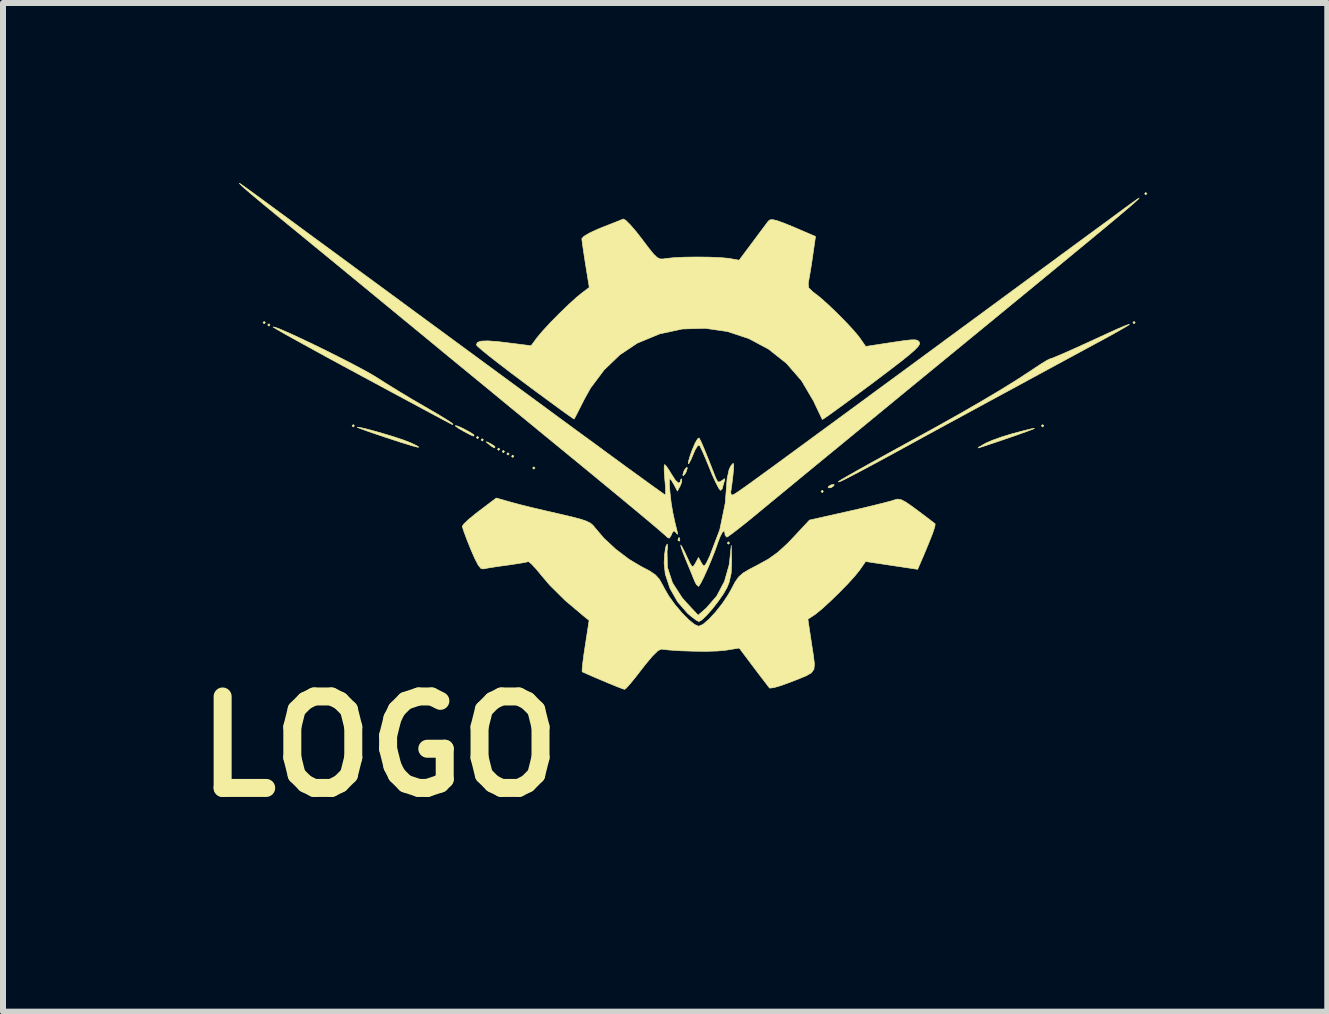
<source format=kicad_pcb>
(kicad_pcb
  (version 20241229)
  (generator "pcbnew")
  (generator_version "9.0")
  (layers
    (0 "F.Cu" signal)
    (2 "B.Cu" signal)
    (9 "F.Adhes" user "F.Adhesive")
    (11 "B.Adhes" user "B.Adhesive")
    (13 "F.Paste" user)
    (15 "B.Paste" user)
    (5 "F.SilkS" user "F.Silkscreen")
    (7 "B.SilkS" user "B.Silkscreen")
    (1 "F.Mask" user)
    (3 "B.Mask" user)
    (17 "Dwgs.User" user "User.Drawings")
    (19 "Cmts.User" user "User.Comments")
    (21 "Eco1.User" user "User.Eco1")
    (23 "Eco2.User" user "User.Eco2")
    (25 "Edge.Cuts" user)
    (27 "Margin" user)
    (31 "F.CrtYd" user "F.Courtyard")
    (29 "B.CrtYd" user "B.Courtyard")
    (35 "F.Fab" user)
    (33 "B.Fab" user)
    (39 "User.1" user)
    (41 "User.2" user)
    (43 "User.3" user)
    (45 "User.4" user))
  (footprint "LOGO"
    (layer "F.Cu")
    (at 8.523 3.792)
    (property "Reference" "LOGO" (at -5.25 5.6 0) (layer "F.SilkS") (effects (font (size 1.524 1.524) (thickness 0.3))))
    (attr smd)
    (fp_poly (pts (xy -7.151 -1.465) (xy -7.171 -1.446) (xy -7.19 -1.465) (xy -7.171 -1.485) (xy -7.151 -1.465)) (stroke (width 0.01) (type solid)) (fill yes) (layer "F.SilkS"))
    (fp_poly (pts (xy -7.073 -1.426) (xy -7.092 -1.407) (xy -7.112 -1.426) (xy -7.092 -1.446) (xy -7.073 -1.426)) (stroke (width 0.01) (type solid)) (fill yes) (layer "F.SilkS"))
    (fp_poly (pts (xy -5.666 0.254) (xy -5.686 0.274) (xy -5.705 0.254) (xy -5.686 0.234) (xy -5.666 0.254)) (stroke (width 0.01) (type solid)) (fill yes) (layer "F.SilkS"))
    (fp_poly (pts (xy -3.595 0.449) (xy -3.615 0.469) (xy -3.634 0.449) (xy -3.615 0.43) (xy -3.595 0.449)) (stroke (width 0.01) (type solid)) (fill yes) (layer "F.SilkS"))
    (fp_poly (pts (xy -3.517 0.488) (xy -3.536 0.508) (xy -3.556 0.488) (xy -3.536 0.469) (xy -3.517 0.488)) (stroke (width 0.01) (type solid)) (fill yes) (layer "F.SilkS"))
    (fp_poly (pts (xy -3.243 0.645) (xy -3.263 0.664) (xy -3.282 0.645) (xy -3.263 0.625) (xy -3.243 0.645)) (stroke (width 0.01) (type solid)) (fill yes) (layer "F.SilkS"))
    (fp_poly (pts (xy -3.165 0.684) (xy -3.185 0.703) (xy -3.204 0.684) (xy -3.185 0.664) (xy -3.165 0.684)) (stroke (width 0.01) (type solid)) (fill yes) (layer "F.SilkS"))
    (fp_poly (pts (xy -3.087 0.723) (xy -3.107 0.742) (xy -3.126 0.723) (xy -3.107 0.703) (xy -3.087 0.723)) (stroke (width 0.01) (type solid)) (fill yes) (layer "F.SilkS"))
    (fp_poly (pts (xy -3.009 0.762) (xy -3.028 0.782) (xy -3.048 0.762) (xy -3.028 0.742) (xy -3.009 0.762)) (stroke (width 0.01) (type solid)) (fill yes) (layer "F.SilkS"))
    (fp_poly (pts (xy -2.657 0.957) (xy -2.677 0.977) (xy -2.696 0.957) (xy -2.677 0.938) (xy -2.657 0.957)) (stroke (width 0.01) (type solid)) (fill yes) (layer "F.SilkS"))
    (fp_poly (pts (xy 0.586 2.208) (xy 0.567 2.227) (xy 0.547 2.208) (xy 0.567 2.188) (xy 0.586 2.208)) (stroke (width 0.01) (type solid)) (fill yes) (layer "F.SilkS"))
    (fp_poly (pts (xy 2.149 1.348) (xy 2.13 1.368) (xy 2.11 1.348) (xy 2.13 1.329) (xy 2.149 1.348)) (stroke (width 0.01) (type solid)) (fill yes) (layer "F.SilkS"))
    (fp_poly (pts (xy 5.822 0.254) (xy 5.803 0.274) (xy 5.783 0.254) (xy 5.803 0.234) (xy 5.822 0.254)) (stroke (width 0.01) (type solid)) (fill yes) (layer "F.SilkS"))
    (fp_poly (pts (xy 7.346 -1.465) (xy 7.327 -1.446) (xy 7.307 -1.465) (xy 7.327 -1.485) (xy 7.346 -1.465)) (stroke (width 0.01) (type solid)) (fill yes) (layer "F.SilkS"))
    (fp_poly (pts (xy 7.542 -3.615) (xy 7.522 -3.595) (xy 7.503 -3.615) (xy 7.522 -3.634) (xy 7.542 -3.615)) (stroke (width 0.01) (type solid)) (fill yes) (layer "F.SilkS"))
    (fp_poly (pts (xy -0.247 2.123) (xy -0.243 2.17) (xy -0.247 2.175) (xy -0.271 2.17) (xy -0.274 2.149) (xy -0.259 2.117) (xy -0.247 2.123)) (stroke (width 0.01) (type solid)) (fill yes) (layer "F.SilkS"))
    (fp_poly (pts (xy 2.325 1.251) (xy 2.283 1.283) (xy 2.238 1.289) (xy 2.227 1.274) (xy 2.258 1.249) (xy 2.288 1.236) (xy 2.328 1.233) (xy 2.325 1.251)) (stroke (width 0.01) (type solid)) (fill yes) (layer "F.SilkS"))
    (fp_poly (pts (xy -3.458 0.523) (xy -3.409 0.546) (xy -3.343 0.585) (xy -3.322 0.607) (xy -3.334 0.623) (xy -3.381 0.596) (xy -3.422 0.564) (xy -3.472 0.522) (xy -3.458 0.523)) (stroke (width 0.01) (type solid)) (fill yes) (layer "F.SilkS"))
    (fp_poly (pts (xy -0.118 0.957) (xy -0.138 1.022) (xy -0.156 1.055) (xy -0.187 1.086) (xy -0.194 1.075) (xy -0.175 1.01) (xy -0.156 0.977) (xy -0.125 0.946) (xy -0.118 0.957)) (stroke (width 0.01) (type solid)) (fill yes) (layer "F.SilkS"))
    (fp_poly (pts (xy -3.955 0.256) (xy -3.877 0.289) (xy -3.83 0.313) (xy -3.736 0.364) (xy -3.68 0.402) (xy -3.673 0.411) (xy -3.676 0.425) (xy -3.698 0.421) (xy -3.756 0.393) (xy -3.839 0.349) (xy -3.929 0.297) (xy -3.981 0.26) (xy -3.986 0.252) (xy -3.955 0.256)) (stroke (width 0.01) (type solid)) (fill yes) (layer "F.SilkS"))
    (fp_poly (pts (xy 5.641 0.31) (xy 5.543 0.347) (xy 5.372 0.408) (xy 5.256 0.448) (xy 5.07 0.512) (xy 4.911 0.565) (xy 4.795 0.604) (xy 4.734 0.622) (xy 4.728 0.623) (xy 4.747 0.606) (xy 4.816 0.566) (xy 4.859 0.542) (xy 4.973 0.493) (xy 5.13 0.437) (xy 5.298 0.386) (xy 5.309 0.383) (xy 5.499 0.333) (xy 5.618 0.304) (xy 5.666 0.296) (xy 5.641 0.31)) (stroke (width 0.01) (type solid)) (fill yes) (layer "F.SilkS"))
    (fp_poly (pts (xy -5.56 0.285) (xy -5.445 0.312) (xy -5.295 0.353) (xy -5.129 0.401) (xy -4.966 0.452) (xy -4.826 0.5) (xy -4.729 0.538) (xy -4.726 0.539) (xy -4.627 0.587) (xy -4.592 0.61) (xy -4.623 0.609) (xy -4.722 0.582) (xy -4.891 0.53) (xy -5.132 0.451) (xy -5.139 0.449) (xy -5.32 0.388) (xy -5.47 0.336) (xy -5.573 0.298) (xy -5.62 0.279) (xy -5.62 0.277) (xy -5.56 0.285)) (stroke (width 0.01) (type solid)) (fill yes) (layer "F.SilkS"))
    (fp_poly (pts (xy -0.449 2.28) (xy -0.456 2.348) (xy -0.45 2.613) (xy -0.366 2.87) (xy -0.207 3.117) (xy -0.144 3.19) (xy 0.062 3.411) (xy 0.199 3.291) (xy 0.371 3.093) (xy 0.501 2.847) (xy 0.578 2.576) (xy 0.588 2.502) (xy 0.614 2.247) (xy 0.62 2.511) (xy 0.613 2.708) (xy 0.578 2.864) (xy 0.542 2.952) (xy 0.482 3.057) (xy 0.396 3.18) (xy 0.299 3.305) (xy 0.203 3.413) (xy 0.123 3.49) (xy 0.075 3.517) (xy 0.028 3.493) (xy -0.054 3.43) (xy -0.116 3.377) (xy -0.28 3.188) (xy -0.408 2.962) (xy -0.486 2.724) (xy -0.505 2.544) (xy -0.498 2.407) (xy -0.482 2.292) (xy -0.469 2.247) (xy -0.451 2.226) (xy -0.449 2.28)) (stroke (width 0.01) (type solid)) (fill yes) (layer "F.SilkS"))
    (fp_poly (pts (xy 0.108 0.513) (xy 0.162 0.638) (xy 0.24 0.83) (xy 0.34 1.086) (xy 0.357 1.128) (xy 0.39 1.19) (xy 0.43 1.187) (xy 0.457 1.167) (xy 0.504 1.135) (xy 0.504 1.161) (xy 0.496 1.185) (xy 0.473 1.263) (xy 0.469 1.293) (xy 0.44 1.328) (xy 0.434 1.329) (xy 0.406 1.295) (xy 0.358 1.203) (xy 0.297 1.07) (xy 0.255 0.967) (xy 0.191 0.811) (xy 0.135 0.681) (xy 0.095 0.597) (xy 0.081 0.575) (xy 0.052 0.589) (xy 0.009 0.66) (xy -0.018 0.723) (xy -0.06 0.823) (xy -0.092 0.881) (xy -0.103 0.887) (xy -0.098 0.845) (xy -0.071 0.752) (xy -0.034 0.649) (xy 0.014 0.538) (xy 0.056 0.469) (xy 0.078 0.457) (xy 0.108 0.513)) (stroke (width 0.01) (type solid)) (fill yes) (layer "F.SilkS"))
    (fp_poly (pts (xy -6.98 -1.385) (xy -6.881 -1.346) (xy -6.735 -1.282) (xy -6.555 -1.199) (xy -6.351 -1.102) (xy -6.136 -0.997) (xy -5.921 -0.889) (xy -5.717 -0.785) (xy -5.536 -0.689) (xy -5.39 -0.608) (xy -5.295 -0.551) (xy -5.137 -0.45) (xy -4.936 -0.326) (xy -4.719 -0.195) (xy -4.509 -0.073) (xy -4.504 -0.07) (xy -4.295 0.051) (xy -4.15 0.139) (xy -4.061 0.196) (xy -4.024 0.226) (xy -4.033 0.234) (xy -4.035 0.233) (xy -4.07 0.215) (xy -4.167 0.164) (xy -4.319 0.083) (xy -4.518 -0.024) (xy -4.758 -0.153) (xy -5.032 -0.3) (xy -5.332 -0.462) (xy -5.54 -0.574) (xy -5.853 -0.743) (xy -6.143 -0.9) (xy -6.403 -1.043) (xy -6.627 -1.166) (xy -6.807 -1.266) (xy -6.936 -1.34) (xy -7.009 -1.383) (xy -7.022 -1.393) (xy -6.98 -1.385)) (stroke (width 0.01) (type solid)) (fill yes) (layer "F.SilkS"))
    (fp_poly (pts (xy 7.222 -1.416) (xy 7.135 -1.365) (xy 7.002 -1.289) (xy 6.832 -1.195) (xy 6.689 -1.118) (xy 6.522 -1.028) (xy 6.299 -0.907) (xy 6.031 -0.762) (xy 5.73 -0.599) (xy 5.41 -0.425) (xy 5.081 -0.247) (xy 4.755 -0.07) (xy 4.446 0.098) (xy 4.164 0.251) (xy 3.923 0.382) (xy 3.733 0.486) (xy 3.693 0.508) (xy 3.34 0.701) (xy 3.051 0.858) (xy 2.821 0.981) (xy 2.645 1.074) (xy 2.52 1.139) (xy 2.441 1.177) (xy 2.403 1.191) (xy 2.401 1.184) (xy 2.403 1.182) (xy 2.446 1.154) (xy 2.549 1.094) (xy 2.704 1.006) (xy 2.901 0.896) (xy 3.134 0.767) (xy 3.392 0.625) (xy 3.536 0.546) (xy 4.016 0.282) (xy 4.434 0.048) (xy 4.797 -0.162) (xy 5.115 -0.351) (xy 5.393 -0.524) (xy 5.642 -0.687) (xy 5.674 -0.709) (xy 5.789 -0.784) (xy 5.878 -0.838) (xy 5.923 -0.86) (xy 5.923 -0.86) (xy 5.972 -0.876) (xy 6.087 -0.924) (xy 6.261 -1) (xy 6.49 -1.103) (xy 6.768 -1.231) (xy 6.912 -1.297) (xy 7.056 -1.362) (xy 7.17 -1.41) (xy 7.239 -1.436) (xy 7.251 -1.437) (xy 7.222 -1.416)) (stroke (width 0.01) (type solid)) (fill yes) (layer "F.SilkS"))
    (fp_poly (pts (xy -7.559 -3.773) (xy -7.515 -3.743) (xy -7.444 -3.692) (xy -7.34 -3.616) (xy -7.198 -3.512) (xy -7.013 -3.376) (xy -6.78 -3.205) (xy -6.494 -2.994) (xy -6.194 -2.774) (xy -5.895 -2.555) (xy -5.601 -2.338) (xy -5.319 -2.131) (xy -5.06 -1.941) (xy -4.833 -1.774) (xy -4.649 -1.638) (xy -4.516 -1.541) (xy -4.499 -1.528) (xy -4.391 -1.449) (xy -4.226 -1.328) (xy -4.014 -1.172) (xy -3.761 -0.986) (xy -3.475 -0.776) (xy -3.162 -0.546) (xy -2.831 -0.303) (xy -2.489 -0.052) (xy -2.299 0.088) (xy -1.969 0.33) (xy -1.657 0.558) (xy -1.371 0.768) (xy -1.115 0.955) (xy -0.894 1.115) (xy -0.716 1.244) (xy -0.585 1.338) (xy -0.506 1.394) (xy -0.485 1.407) (xy -0.48 1.371) (xy -0.482 1.279) (xy -0.493 1.153) (xy -0.503 1.024) (xy -0.504 0.932) (xy -0.496 0.899) (xy -0.466 0.93) (xy -0.414 1.008) (xy -0.386 1.055) (xy -0.317 1.162) (xy -0.265 1.209) (xy -0.237 1.193) (xy -0.234 1.166) (xy -0.22 1.138) (xy -0.212 1.143) (xy -0.211 1.19) (xy -0.236 1.254) (xy -0.284 1.342) (xy -0.338 1.238) (xy -0.382 1.164) (xy -0.411 1.133) (xy -0.411 1.133) (xy -0.417 1.169) (xy -0.415 1.261) (xy -0.406 1.377) (xy -0.387 1.542) (xy -0.361 1.697) (xy -0.322 1.876) (xy -0.288 2.012) (xy -0.28 2.062) (xy -0.301 2.043) (xy -0.308 2.033) (xy -0.342 2.002) (xy -0.37 2.037) (xy -0.382 2.069) (xy -0.416 2.125) (xy -0.442 2.121) (xy -0.48 2.085) (xy -0.575 2.002) (xy -0.726 1.874) (xy -0.928 1.705) (xy -1.18 1.496) (xy -1.478 1.25) (xy -1.819 0.969) (xy -2.201 0.656) (xy -2.501 0.41) (xy -2.606 0.324) (xy -2.764 0.194) (xy -2.968 0.027) (xy -3.21 -0.172) (xy -3.482 -0.396) (xy -3.778 -0.639) (xy -4.09 -0.895) (xy -4.41 -1.159) (xy -4.497 -1.231) (xy -4.832 -1.506) (xy -5.171 -1.785) (xy -5.505 -2.06) (xy -5.825 -2.323) (xy -6.122 -2.567) (xy -6.387 -2.784) (xy -6.611 -2.968) (xy -6.785 -3.11) (xy -6.797 -3.12) (xy -6.998 -3.285) (xy -7.181 -3.436) (xy -7.337 -3.566) (xy -7.455 -3.666) (xy -7.527 -3.729) (xy -7.542 -3.743) (xy -7.559 -3.761) (xy -7.575 -3.777) (xy -7.584 -3.787) (xy -7.58 -3.787) (xy -7.559 -3.773)) (stroke (width 0.01) (type solid)) (fill yes) (layer "F.SilkS"))
    (fp_poly (pts (xy 7.395 -3.521) (xy 7.331 -3.462) (xy 7.217 -3.364) (xy 7.053 -3.225) (xy 6.835 -3.043) (xy 6.563 -2.818) (xy 6.234 -2.547) (xy 5.848 -2.229) (xy 5.51 -1.951) (xy 4.811 -1.377) (xy 4.171 -0.852) (xy 3.589 -0.375) (xy 3.065 0.056) (xy 2.598 0.44) (xy 2.186 0.778) (xy 1.828 1.072) (xy 1.524 1.323) (xy 1.272 1.53) (xy 1.071 1.696) (xy 1.057 1.708) (xy 0.891 1.844) (xy 0.745 1.96) (xy 0.631 2.048) (xy 0.558 2.1) (xy 0.539 2.11) (xy 0.512 2.078) (xy 0.508 2.044) (xy 0.496 2.003) (xy 0.467 2.026) (xy 0.427 2.104) (xy 0.395 2.188) (xy 0.345 2.329) (xy 0.284 2.485) (xy 0.218 2.64) (xy 0.156 2.776) (xy 0.105 2.878) (xy 0.072 2.928) (xy 0.067 2.93) (xy 0.032 2.899) (xy 0.004 2.843) (xy -0.029 2.762) (xy -0.08 2.637) (xy -0.132 2.512) (xy -0.191 2.365) (xy -0.223 2.274) (xy -0.228 2.241) (xy -0.206 2.272) (xy -0.156 2.371) (xy -0.132 2.423) (xy -0.077 2.54) (xy -0.043 2.595) (xy -0.018 2.597) (xy 0.01 2.556) (xy 0.017 2.543) (xy 0.068 2.449) (xy 0.116 2.537) (xy 0.145 2.583) (xy 0.17 2.586) (xy 0.203 2.536) (xy 0.256 2.425) (xy 0.423 1.984) (xy 0.513 1.547) (xy 0.528 1.358) (xy 0.545 1.135) (xy 0.577 0.987) (xy 0.604 0.928) (xy 0.638 0.885) (xy 0.654 0.886) (xy 0.655 0.941) (xy 0.644 1.063) (xy 0.643 1.075) (xy 0.627 1.208) (xy 0.613 1.313) (xy 0.604 1.358) (xy 0.613 1.402) (xy 0.628 1.407) (xy 0.634 1.407) (xy 0.642 1.405) (xy 0.654 1.4) (xy 0.675 1.388) (xy 0.707 1.367) (xy 0.754 1.335) (xy 0.82 1.289) (xy 0.907 1.227) (xy 1.019 1.146) (xy 1.159 1.044) (xy 1.331 0.919) (xy 1.538 0.767) (xy 1.784 0.587) (xy 2.071 0.376) (xy 2.404 0.132) (xy 2.785 -0.148) (xy 3.218 -0.466) (xy 3.707 -0.825) (xy 4.254 -1.228) (xy 4.416 -1.347) (xy 4.83 -1.651) (xy 5.228 -1.944) (xy 5.606 -2.222) (xy 5.959 -2.481) (xy 6.281 -2.718) (xy 6.568 -2.929) (xy 6.815 -3.11) (xy 7.018 -3.259) (xy 7.171 -3.372) (xy 7.27 -3.444) (xy 7.307 -3.471) (xy 7.382 -3.524) (xy 7.412 -3.541) (xy 7.395 -3.521)) (stroke (width 0.01) (type solid)) (fill yes) (layer "F.SilkS"))
    (fp_poly (pts (xy -1.144 -3.17) (xy -1.07 -3.096) (xy -0.972 -2.983) (xy -0.876 -2.859) (xy -0.761 -2.707) (xy -0.681 -2.608) (xy -0.622 -2.551) (xy -0.573 -2.527) (xy -0.522 -2.526) (xy -0.472 -2.534) (xy -0.349 -2.547) (xy -0.173 -2.556) (xy 0.031 -2.559) (xy 0.24 -2.557) (xy 0.427 -2.549) (xy 0.569 -2.537) (xy 0.597 -2.532) (xy 0.745 -2.505) (xy 0.969 -2.805) (xy 1.07 -2.941) (xy 1.157 -3.057) (xy 1.216 -3.136) (xy 1.232 -3.157) (xy 1.259 -3.178) (xy 1.302 -3.182) (xy 1.374 -3.166) (xy 1.485 -3.126) (xy 1.646 -3.061) (xy 1.839 -2.978) (xy 2.018 -2.901) (xy 1.968 -2.554) (xy 1.943 -2.388) (xy 1.919 -2.244) (xy 1.901 -2.145) (xy 1.897 -2.124) (xy 1.904 -2.046) (xy 1.975 -1.977) (xy 1.983 -1.971) (xy 2.082 -1.895) (xy 2.215 -1.778) (xy 2.364 -1.636) (xy 2.512 -1.487) (xy 2.642 -1.348) (xy 2.737 -1.236) (xy 2.754 -1.213) (xy 2.855 -1.068) (xy 3.285 -1.134) (xy 3.474 -1.162) (xy 3.599 -1.177) (xy 3.676 -1.179) (xy 3.72 -1.169) (xy 3.744 -1.146) (xy 3.751 -1.135) (xy 3.752 -1.107) (xy 3.727 -1.067) (xy 3.67 -1.008) (xy 3.575 -0.925) (xy 3.435 -0.813) (xy 3.245 -0.667) (xy 2.999 -0.481) (xy 2.963 -0.454) (xy 2.743 -0.291) (xy 2.545 -0.144) (xy 2.376 -0.021) (xy 2.246 0.073) (xy 2.162 0.131) (xy 2.132 0.149) (xy 2.113 0.11) (xy 2.069 0.018) (xy 2.008 -0.11) (xy 1.987 -0.156) (xy 1.786 -0.497) (xy 1.534 -0.787) (xy 1.238 -1.022) (xy 0.907 -1.199) (xy 0.551 -1.317) (xy 0.178 -1.371) (xy -0.202 -1.359) (xy -0.581 -1.277) (xy -0.95 -1.124) (xy -0.954 -1.122) (xy -1.242 -0.93) (xy -1.505 -0.677) (xy -1.729 -0.378) (xy -1.833 -0.193) (xy -1.905 -0.05) (xy -1.962 0.062) (xy -1.998 0.13) (xy -2.005 0.142) (xy -2.037 0.121) (xy -2.123 0.061) (xy -2.256 -0.035) (xy -2.425 -0.159) (xy -2.625 -0.306) (xy -2.823 -0.453) (xy -3.042 -0.617) (xy -3.238 -0.767) (xy -3.404 -0.896) (xy -3.531 -0.999) (xy -3.61 -1.067) (xy -3.634 -1.095) (xy -3.616 -1.136) (xy -3.555 -1.157) (xy -3.442 -1.161) (xy -3.268 -1.148) (xy -3.119 -1.13) (xy -2.722 -1.08) (xy -2.623 -1.214) (xy -2.532 -1.323) (xy -2.402 -1.464) (xy -2.25 -1.618) (xy -2.096 -1.767) (xy -1.959 -1.891) (xy -1.882 -1.954) (xy -1.752 -2.052) (xy -1.814 -2.432) (xy -1.84 -2.6) (xy -1.861 -2.742) (xy -1.874 -2.838) (xy -1.876 -2.866) (xy -1.841 -2.904) (xy -1.748 -2.959) (xy -1.612 -3.022) (xy -1.553 -3.046) (xy -1.403 -3.105) (xy -1.279 -3.154) (xy -1.2 -3.186) (xy -1.185 -3.192) (xy -1.144 -3.17)) (stroke (width 0.01) (type solid)) (fill yes) (layer "F.SilkS"))
    (fp_poly (pts (xy -3.048 1.53) (xy -2.911 1.567) (xy -2.722 1.614) (xy -2.505 1.665) (xy -2.284 1.716) (xy -2.266 1.72) (xy -2.051 1.77) (xy -1.898 1.81) (xy -1.795 1.845) (xy -1.728 1.88) (xy -1.683 1.92) (xy -1.664 1.945) (xy -1.509 2.128) (xy -1.308 2.314) (xy -1.087 2.481) (xy -0.89 2.598) (xy -0.745 2.674) (xy -0.651 2.738) (xy -0.585 2.811) (xy -0.527 2.913) (xy -0.501 2.964) (xy -0.426 3.094) (xy -0.324 3.235) (xy -0.21 3.37) (xy -0.096 3.486) (xy 0.002 3.566) (xy 0.071 3.595) (xy 0.142 3.564) (xy 0.239 3.481) (xy 0.35 3.362) (xy 0.463 3.22) (xy 0.562 3.072) (xy 0.616 2.976) (xy 0.679 2.857) (xy 0.737 2.774) (xy 0.81 2.709) (xy 0.918 2.645) (xy 1.049 2.577) (xy 1.234 2.475) (xy 1.39 2.363) (xy 1.547 2.22) (xy 1.64 2.123) (xy 1.917 1.826) (xy 2.571 1.679) (xy 2.794 1.628) (xy 2.997 1.579) (xy 3.165 1.537) (xy 3.283 1.506) (xy 3.328 1.491) (xy 3.383 1.476) (xy 3.441 1.484) (xy 3.515 1.521) (xy 3.625 1.596) (xy 3.714 1.662) (xy 3.841 1.757) (xy 3.942 1.834) (xy 4.002 1.881) (xy 4.012 1.889) (xy 4.007 1.934) (xy 3.971 2.044) (xy 3.905 2.211) (xy 3.814 2.43) (xy 3.798 2.466) (xy 3.72 2.646) (xy 3.286 2.581) (xy 2.853 2.516) (xy 2.753 2.66) (xy 2.673 2.759) (xy 2.554 2.89) (xy 2.411 3.036) (xy 2.263 3.18) (xy 2.126 3.305) (xy 2.018 3.393) (xy 1.991 3.412) (xy 1.891 3.477) (xy 1.956 3.909) (xy 1.985 4.096) (xy 2 4.225) (xy 1.992 4.311) (xy 1.949 4.371) (xy 1.863 4.421) (xy 1.724 4.478) (xy 1.584 4.532) (xy 1.441 4.584) (xy 1.327 4.617) (xy 1.26 4.626) (xy 1.251 4.623) (xy 1.217 4.58) (xy 1.148 4.489) (xy 1.054 4.366) (xy 0.985 4.275) (xy 0.747 3.958) (xy 0.52 3.995) (xy 0.389 4.007) (xy 0.205 4.013) (xy -0.008 4.011) (xy -0.225 4.004) (xy -0.421 3.991) (xy -0.553 3.976) (xy -0.609 4.003) (xy -0.701 4.093) (xy -0.825 4.242) (xy -0.876 4.308) (xy -0.983 4.446) (xy -1.074 4.557) (xy -1.138 4.628) (xy -1.164 4.647) (xy -1.21 4.632) (xy -1.31 4.593) (xy -1.447 4.537) (xy -1.524 4.504) (xy -1.671 4.442) (xy -1.788 4.391) (xy -1.859 4.359) (xy -1.871 4.352) (xy -1.871 4.311) (xy -1.861 4.209) (xy -1.842 4.063) (xy -1.82 3.919) (xy -1.755 3.497) (xy -1.844 3.426) (xy -2.158 3.161) (xy -2.41 2.911) (xy -2.547 2.75) (xy -2.641 2.636) (xy -2.717 2.555) (xy -2.763 2.518) (xy -2.769 2.517) (xy -2.818 2.53) (xy -2.924 2.548) (xy -3.069 2.57) (xy -3.127 2.578) (xy -3.287 2.6) (xy -3.421 2.621) (xy -3.507 2.637) (xy -3.521 2.64) (xy -3.559 2.631) (xy -3.604 2.575) (xy -3.662 2.462) (xy -3.726 2.315) (xy -3.788 2.161) (xy -3.836 2.033) (xy -3.864 1.949) (xy -3.869 1.928) (xy -3.839 1.887) (xy -3.761 1.813) (xy -3.647 1.719) (xy -3.585 1.672) (xy -3.302 1.458) (xy -3.048 1.53)) (stroke (width 0.01) (type solid)) (fill yes) (layer "F.SilkS")))
  (gr_rect
    (start -3 -3)
    (end 19.07 13.81)
    (stroke (width 0.1) (type default))
    (fill no)
    (layer "Edge.Cuts")))
</source>
